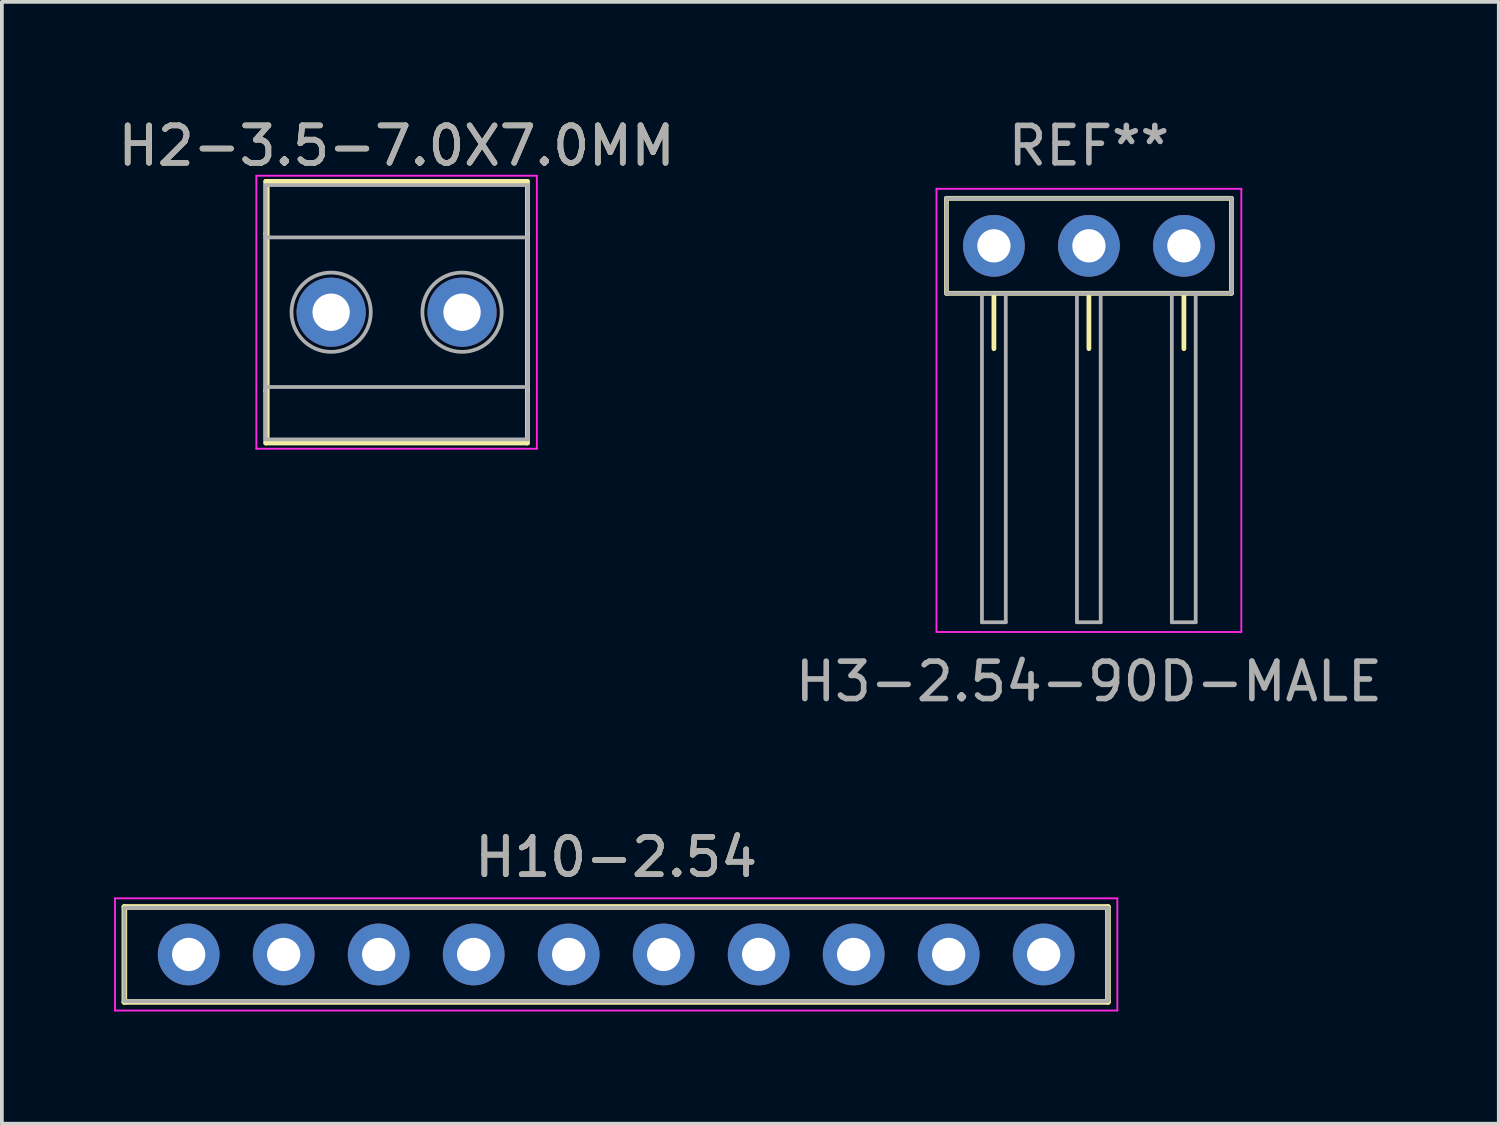
<source format=kicad_pcb>
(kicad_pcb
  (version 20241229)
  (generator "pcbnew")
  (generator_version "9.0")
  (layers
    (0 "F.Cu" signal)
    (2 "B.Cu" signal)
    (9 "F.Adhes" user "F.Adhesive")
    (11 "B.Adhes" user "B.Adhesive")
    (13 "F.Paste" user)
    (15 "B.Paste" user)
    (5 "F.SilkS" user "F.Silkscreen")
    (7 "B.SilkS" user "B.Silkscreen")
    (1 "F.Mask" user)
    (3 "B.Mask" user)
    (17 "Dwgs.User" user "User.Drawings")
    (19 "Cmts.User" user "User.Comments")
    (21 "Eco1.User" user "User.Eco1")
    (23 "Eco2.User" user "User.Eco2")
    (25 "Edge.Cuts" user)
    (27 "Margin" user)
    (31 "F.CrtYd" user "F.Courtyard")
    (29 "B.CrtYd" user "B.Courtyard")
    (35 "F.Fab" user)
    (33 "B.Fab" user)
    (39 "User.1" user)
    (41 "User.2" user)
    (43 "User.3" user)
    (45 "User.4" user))
  (footprint "H3-2.54-90D-MALE"
    (layer "F.Cu")
    (at 26.065 3.523)
    (property "Reference" "H3-2.54-90D-MALE" (at 0 11.65 180) (layer "F.Fab") (effects (font (size 1 1) (thickness 0.15))))
    (attr exclude_from_pos_files exclude_from_bom)
    (fp_line (start -3.81 -1.27) (end 3.81 -1.27) (stroke (width 0.127) (type solid)) (layer "F.SilkS"))
    (fp_line (start -3.81 1.27) (end -3.81 -1.27) (stroke (width 0.127) (type solid)) (layer "F.SilkS"))
    (fp_line (start -2.54 1.275) (end -2.54 2.75) (stroke (width 0.127) (type solid)) (layer "F.SilkS"))
    (fp_line (start 0 1.275) (end 0 2.75) (stroke (width 0.127) (type solid)) (layer "F.SilkS"))
    (fp_line (start 2.54 1.275) (end 2.54 2.75) (stroke (width 0.127) (type solid)) (layer "F.SilkS"))
    (fp_line (start 3.81 -1.27) (end 3.81 1.27) (stroke (width 0.127) (type solid)) (layer "F.SilkS"))
    (fp_line (start 3.81 1.27) (end -3.81 1.27) (stroke (width 0.127) (type solid)) (layer "F.SilkS"))
    (fp_line (start -4.075 -1.525) (end -4.075 10.325) (stroke (width 0.05) (type solid)) (layer "F.CrtYd"))
    (fp_line (start -4.075 10.325) (end 4.075 10.325) (stroke (width 0.05) (type solid)) (layer "F.CrtYd"))
    (fp_line (start 4.075 -1.525) (end -4.075 -1.525) (stroke (width 0.05) (type solid)) (layer "F.CrtYd"))
    (fp_line (start 4.075 10.325) (end 4.075 -1.525) (stroke (width 0.05) (type solid)) (layer "F.CrtYd"))
    (fp_line (start -3.81 -1.27) (end 3.81 -1.27) (stroke (width 0.1) (type solid)) (layer "F.Fab"))
    (fp_line (start -3.81 1.27) (end -3.81 -1.27) (stroke (width 0.1) (type solid)) (layer "F.Fab"))
    (fp_line (start -2.86 1.277) (end -2.86 10.065) (stroke (width 0.1) (type solid)) (layer "F.Fab"))
    (fp_line (start -2.223 10.065) (end -2.86 10.065) (stroke (width 0.1) (type solid)) (layer "F.Fab"))
    (fp_line (start -2.223 10.065) (end -2.223 1.277) (stroke (width 0.1) (type solid)) (layer "F.Fab"))
    (fp_line (start -0.32 1.277) (end -0.32 10.065) (stroke (width 0.1) (type solid)) (layer "F.Fab"))
    (fp_line (start 0.315 10.065) (end -0.32 10.065) (stroke (width 0.1) (type solid)) (layer "F.Fab"))
    (fp_line (start 0.315 10.065) (end 0.315 1.277) (stroke (width 0.1) (type solid)) (layer "F.Fab"))
    (fp_line (start 2.217 1.277) (end 2.217 10.065) (stroke (width 0.1) (type solid)) (layer "F.Fab"))
    (fp_line (start 2.855 10.065) (end 2.217 10.065) (stroke (width 0.1) (type solid)) (layer "F.Fab"))
    (fp_line (start 2.855 10.065) (end 2.855 1.277) (stroke (width 0.1) (type solid)) (layer "F.Fab"))
    (fp_line (start 3.81 -1.27) (end 3.81 1.27) (stroke (width 0.1) (type solid)) (layer "F.Fab"))
    (fp_line (start 3.81 1.27) (end -3.81 1.27) (stroke (width 0.1) (type solid)) (layer "F.Fab"))
    (fp_text user "REF**" (at 0 -2.675 0) (layer "F.Fab") (effects (font (size 1 1) (thickness 0.15))))
    (pad "" thru_hole circle (at -2.54 0 270) (size 1.651 1.651) (drill 0.889) (layers "*.Cu" "*.Mask"))
    (pad "" thru_hole circle (at 0 0 270) (size 1.651 1.651) (drill 0.889) (layers "*.Cu" "*.Mask"))
    (pad "" thru_hole circle (at 2.54 0 270) (size 1.651 1.651) (drill 0.889) (layers "*.Cu" "*.Mask")))
  (footprint "H10-2.54"
    (layer "F.Cu")
    (at 13.425 22.47)
    (property "Reference" "H10-2.54" (at 0 -2.6 0) (layer "F.SilkS") (effects (font (size 1 1) (thickness 0.15))))
    (attr exclude_from_pos_files exclude_from_bom)
    (fp_line (start -13.15 -1.27) (end 13.15 -1.27) (stroke (width 0.15) (type solid)) (layer "F.SilkS"))
    (fp_line (start -13.15 1.27) (end -13.15 -1.27) (stroke (width 0.15) (type solid)) (layer "F.SilkS"))
    (fp_line (start 13.15 -1.27) (end 13.15 1.27) (stroke (width 0.15) (type solid)) (layer "F.SilkS"))
    (fp_line (start 13.15 1.27) (end -13.15 1.27) (stroke (width 0.15) (type solid)) (layer "F.SilkS"))
    (fp_line (start -13.4 -1.5) (end -13.4 1.5) (stroke (width 0.05) (type solid)) (layer "F.CrtYd"))
    (fp_line (start -13.4 1.5) (end 13.4 1.5) (stroke (width 0.05) (type solid)) (layer "F.CrtYd"))
    (fp_line (start 13.4 -1.5) (end -13.4 -1.5) (stroke (width 0.05) (type solid)) (layer "F.CrtYd"))
    (fp_line (start 13.4 1.5) (end 13.4 -1.5) (stroke (width 0.05) (type solid)) (layer "F.CrtYd"))
    (fp_line (start -13.15 -1.25) (end -13.15 1.25) (stroke (width 0.1) (type solid)) (layer "F.Fab"))
    (fp_line (start -13.15 -1.25) (end 13.15 -1.25) (stroke (width 0.1) (type solid)) (layer "F.Fab"))
    (fp_line (start -13.15 1.25) (end 13.15 1.25) (stroke (width 0.1) (type solid)) (layer "F.Fab"))
    (fp_line (start 13.15 -1.25) (end 13.15 1.25) (stroke (width 0.1) (type solid)) (layer "F.Fab"))
    (fp_text user "${REFERENCE}" (at 0 -2.6 0) (layer "F.Fab") (effects (font (size 1 1) (thickness 0.15))))
    (pad "" thru_hole circle (at -11.43 0 270) (size 1.651 1.651) (drill 0.889) (layers "*.Cu" "*.Mask"))
    (pad "" thru_hole circle (at -8.89 0 270) (size 1.651 1.651) (drill 0.889) (layers "*.Cu" "*.Mask"))
    (pad "" thru_hole circle (at -6.35 0 270) (size 1.651 1.651) (drill 0.889) (layers "*.Cu" "*.Mask"))
    (pad "" thru_hole circle (at -3.81 0 270) (size 1.651 1.651) (drill 0.889) (layers "*.Cu" "*.Mask"))
    (pad "" thru_hole circle (at -1.27 0 270) (size 1.651 1.651) (drill 0.889) (layers "*.Cu" "*.Mask"))
    (pad "" thru_hole circle (at 1.27 0 270) (size 1.651 1.651) (drill 0.889) (layers "*.Cu" "*.Mask"))
    (pad "" thru_hole circle (at 3.81 0 270) (size 1.651 1.651) (drill 0.889) (layers "*.Cu" "*.Mask"))
    (pad "" thru_hole circle (at 6.35 0 270) (size 1.651 1.651) (drill 0.889) (layers "*.Cu" "*.Mask"))
    (pad "" thru_hole circle (at 8.89 0 270) (size 1.651 1.651) (drill 0.889) (layers "*.Cu" "*.Mask"))
    (pad "" thru_hole circle (at 11.43 0 270) (size 1.651 1.651) (drill 0.889) (layers "*.Cu" "*.Mask")))
  (footprint "H2-3.5-7.0X7.0MM"
    (layer "F.Cu")
    (at 7.554 5.298)
    (property "Reference" "H2-3.5-7.0X7.0MM" (at 0 -4.45 0) (layer "F.SilkS") (effects (font (size 1 1) (thickness 0.15))))
    (attr exclude_from_pos_files exclude_from_bom)
    (fp_line (start -3.498 -3.498) (end 3.498 -3.498) (stroke (width 0.127) (type solid)) (layer "F.SilkS"))
    (fp_line (start -3.498 -2.098) (end -3.498 -3.498) (stroke (width 0.127) (type solid)) (layer "F.SilkS"))
    (fp_line (start -3.498 2.098) (end -3.498 -2.098) (stroke (width 0.127) (type solid)) (layer "F.SilkS"))
    (fp_line (start -3.498 3.498) (end -3.498 2.098) (stroke (width 0.127) (type solid)) (layer "F.SilkS"))
    (fp_line (start -3.429 -3.429) (end 3.429 -3.429) (stroke (width 0.066) (type solid)) (layer "F.SilkS"))
    (fp_line (start -3.429 3.429) (end -3.429 -3.429) (stroke (width 0.066) (type solid)) (layer "F.SilkS"))
    (fp_line (start 3.498 -3.498) (end 3.498 -2.098) (stroke (width 0.127) (type solid)) (layer "F.SilkS"))
    (fp_line (start 3.498 -2.098) (end 3.498 2.098) (stroke (width 0.127) (type solid)) (layer "F.SilkS"))
    (fp_line (start 3.498 2.098) (end 3.498 3.498) (stroke (width 0.127) (type solid)) (layer "F.SilkS"))
    (fp_line (start 3.498 3.498) (end -3.498 3.498) (stroke (width 0.127) (type solid)) (layer "F.SilkS"))
    (fp_line (start -3.75 -3.65) (end 3.75 -3.65) (stroke (width 0.05) (type solid)) (layer "F.CrtYd"))
    (fp_line (start -3.75 3.65) (end -3.75 -3.65) (stroke (width 0.05) (type solid)) (layer "F.CrtYd"))
    (fp_line (start 3.75 -3.65) (end 3.75 3.65) (stroke (width 0.05) (type solid)) (layer "F.CrtYd"))
    (fp_line (start 3.75 3.65) (end -3.75 3.65) (stroke (width 0.05) (type solid)) (layer "F.CrtYd"))
    (fp_line (start -3.5 -3.4) (end 3.5 -3.4) (stroke (width 0.1) (type solid)) (layer "F.Fab"))
    (fp_line (start -3.5 -2) (end 3.5 -2) (stroke (width 0.1) (type solid)) (layer "F.Fab"))
    (fp_line (start -3.5 2) (end 3.5 2) (stroke (width 0.1) (type solid)) (layer "F.Fab"))
    (fp_line (start -3.5 3.4) (end -3.5 -3.4) (stroke (width 0.1) (type solid)) (layer "F.Fab"))
    (fp_line (start -3.5 3.4) (end 3.5 3.4) (stroke (width 0.1) (type solid)) (layer "F.Fab"))
    (fp_line (start 3.5 3.4) (end 3.5 -3.4) (stroke (width 0.1) (type solid)) (layer "F.Fab"))
    (fp_circle (center -1.75 0) (end -0.69 0) (stroke (width 0.1) (type solid)) (fill no) (layer "F.Fab"))
    (fp_circle (center 1.75 0) (end 2.81 0) (stroke (width 0.1) (type solid)) (fill no) (layer "F.Fab"))
    (fp_text user "${REFERENCE}" (at 0 -4.45 0) (layer "F.Fab") (effects (font (size 1 1) (thickness 0.15))))
    (pad "" thru_hole circle (at -1.75 0) (size 1.849 1.849) (drill 0.998) (layers "*.Cu" "*.Mask"))
    (pad "" thru_hole circle (at 1.75 0) (size 1.849 1.849) (drill 0.998) (layers "*.Cu" "*.Mask")))
  (gr_rect
    (start -3 -3)
    (end 37.024 26.995)
    (stroke (width 0.1) (type default))
    (fill no)
    (layer "Edge.Cuts")))
</source>
